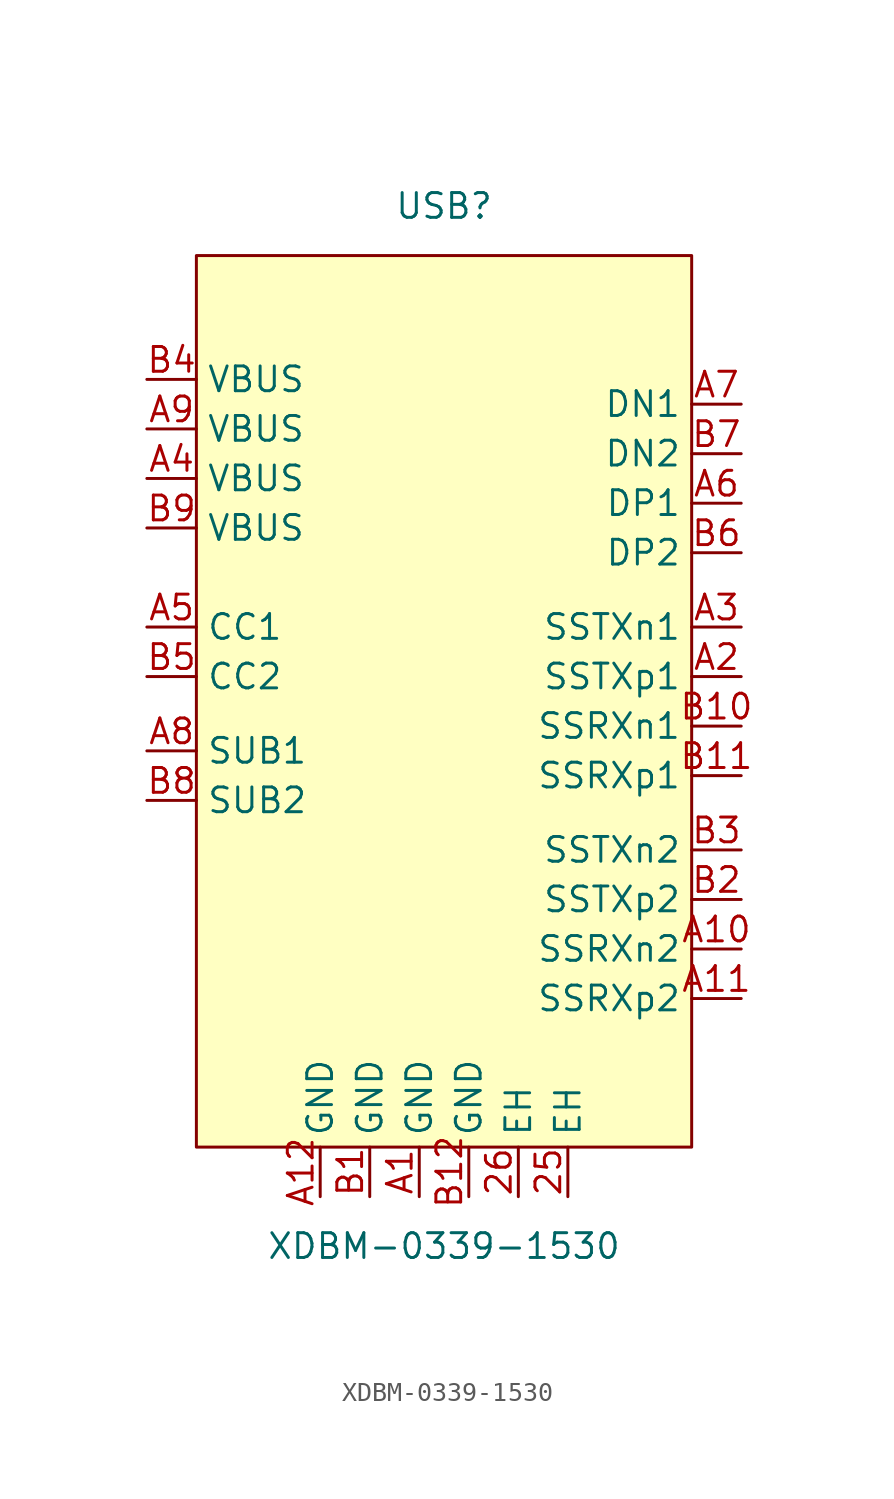
<source format=kicad_sym>
(kicad_symbol_lib
  (version 20241209)
  (generator "kicad_symbol_editor")
  (generator_version "9.0")
  (symbol "XDBM-0339-1530"
    (property "Reference" "USB"
      (at 0 27.94 0)
      (effects (font (size 1.27 1.27))))
    (property "Value" "XDBM-0339-1530"
      (at 0 -25.4 0)
      (effects (font (size 1.27 1.27))))
    (symbol "XDBM-0339-1530_0_1"
      (rectangle (start -12.7 25.4) (end 12.7 -20.32) (stroke (width 0) (type default)) (fill (type background)))
      (pin unspecified line (at -15.24 19.05 0) (length 2.54) (name "VBUS" (effects (font (size 1.27 1.27)))) (number "B4" (effects (font (size 1.27 1.27)))))
      (pin unspecified line (at -15.24 16.51 0) (length 2.54) (name "VBUS" (effects (font (size 1.27 1.27)))) (number "A9" (effects (font (size 1.27 1.27)))))
      (pin unspecified line (at -15.24 13.97 0) (length 2.54) (name "VBUS" (effects (font (size 1.27 1.27)))) (number "A4" (effects (font (size 1.27 1.27)))))
      (pin unspecified line (at -15.24 11.43 0) (length 2.54) (name "VBUS" (effects (font (size 1.27 1.27)))) (number "B9" (effects (font (size 1.27 1.27)))))
      (pin unspecified line (at -15.24 6.35 0) (length 2.54) (name "CC1" (effects (font (size 1.27 1.27)))) (number "A5" (effects (font (size 1.27 1.27)))))
      (pin unspecified line (at -15.24 3.81 0) (length 2.54) (name "CC2" (effects (font (size 1.27 1.27)))) (number "B5" (effects (font (size 1.27 1.27)))))
      (pin unspecified line (at -15.24 0 0) (length 2.54) (name "SUB1" (effects (font (size 1.27 1.27)))) (number "A8" (effects (font (size 1.27 1.27)))))
      (pin unspecified line (at -15.24 -2.54 0) (length 2.54) (name "SUB2" (effects (font (size 1.27 1.27)))) (number "B8" (effects (font (size 1.27 1.27)))))
      (pin unspecified line (at -6.35 -22.86 90) (length 2.54) (name "GND" (effects (font (size 1.27 1.27)))) (number "A12" (effects (font (size 1.27 1.27)))))
      (pin unspecified line (at -3.81 -22.86 90) (length 2.54) (name "GND" (effects (font (size 1.27 1.27)))) (number "B1" (effects (font (size 1.27 1.27)))))
      (pin unspecified line (at -1.27 -22.86 90) (length 2.54) (name "GND" (effects (font (size 1.27 1.27)))) (number "A1" (effects (font (size 1.27 1.27)))))
      (pin unspecified line (at 1.27 -22.86 90) (length 2.54) (name "GND" (effects (font (size 1.27 1.27)))) (number "B12" (effects (font (size 1.27 1.27)))))
      (pin unspecified line (at 15.24 17.78 180) (length 2.54) (name "DN1" (effects (font (size 1.27 1.27)))) (number "A7" (effects (font (size 1.27 1.27)))))
      (pin unspecified line (at 15.24 15.24 180) (length 2.54) (name "DN2" (effects (font (size 1.27 1.27)))) (number "B7" (effects (font (size 1.27 1.27)))))
      (pin unspecified line (at 15.24 12.7 180) (length 2.54) (name "DP1" (effects (font (size 1.27 1.27)))) (number "A6" (effects (font (size 1.27 1.27)))))
      (pin unspecified line (at 15.24 10.16 180) (length 2.54) (name "DP2" (effects (font (size 1.27 1.27)))) (number "B6" (effects (font (size 1.27 1.27)))))
      (pin unspecified line (at 15.24 6.35 180) (length 2.54) (name "SSTXn1" (effects (font (size 1.27 1.27)))) (number "A3" (effects (font (size 1.27 1.27)))))
      (pin unspecified line (at 15.24 1.27 180) (length 2.54) (name "SSRXn1" (effects (font (size 1.27 1.27)))) (number "B10" (effects (font (size 1.27 1.27)))))
      (pin unspecified line (at 15.24 -1.27 180) (length 2.54) (name "SSRXp1" (effects (font (size 1.27 1.27)))) (number "B11" (effects (font (size 1.27 1.27)))))
      (pin unspecified line (at 15.24 -5.08 180) (length 2.54) (name "SSTXn2" (effects (font (size 1.27 1.27)))) (number "B3" (effects (font (size 1.27 1.27)))))
      (pin unspecified line (at 15.24 -7.62 180) (length 2.54) (name "SSTXp2" (effects (font (size 1.27 1.27)))) (number "B2" (effects (font (size 1.27 1.27)))))
      (pin unspecified line (at 15.24 -10.16 180) (length 2.54) (name "SSRXn2" (effects (font (size 1.27 1.27)))) (number "A10" (effects (font (size 1.27 1.27)))))
      (pin unspecified line (at 15.24 -12.7 180) (length 2.54) (name "SSRXp2" (effects (font (size 1.27 1.27)))) (number "A11" (effects (font (size 1.27 1.27))))))
    (symbol "XDBM-0339-1530_1_1"
      (pin unspecified line (at 3.81 -22.86 90) (length 2.54) (name "EH" (effects (font (size 1.27 1.27)))) (number "26" (effects (font (size 1.27 1.27)))))
      (pin unspecified line (at 6.35 -22.86 90) (length 2.54) (name "EH" (effects (font (size 1.27 1.27)))) (number "25" (effects (font (size 1.27 1.27)))))
      (pin unspecified line (at 15.24 3.81 180) (length 2.54) (name "SSTXp1" (effects (font (size 1.27 1.27)))) (number "A2" (effects (font (size 1.27 1.27))))))))
</source>
